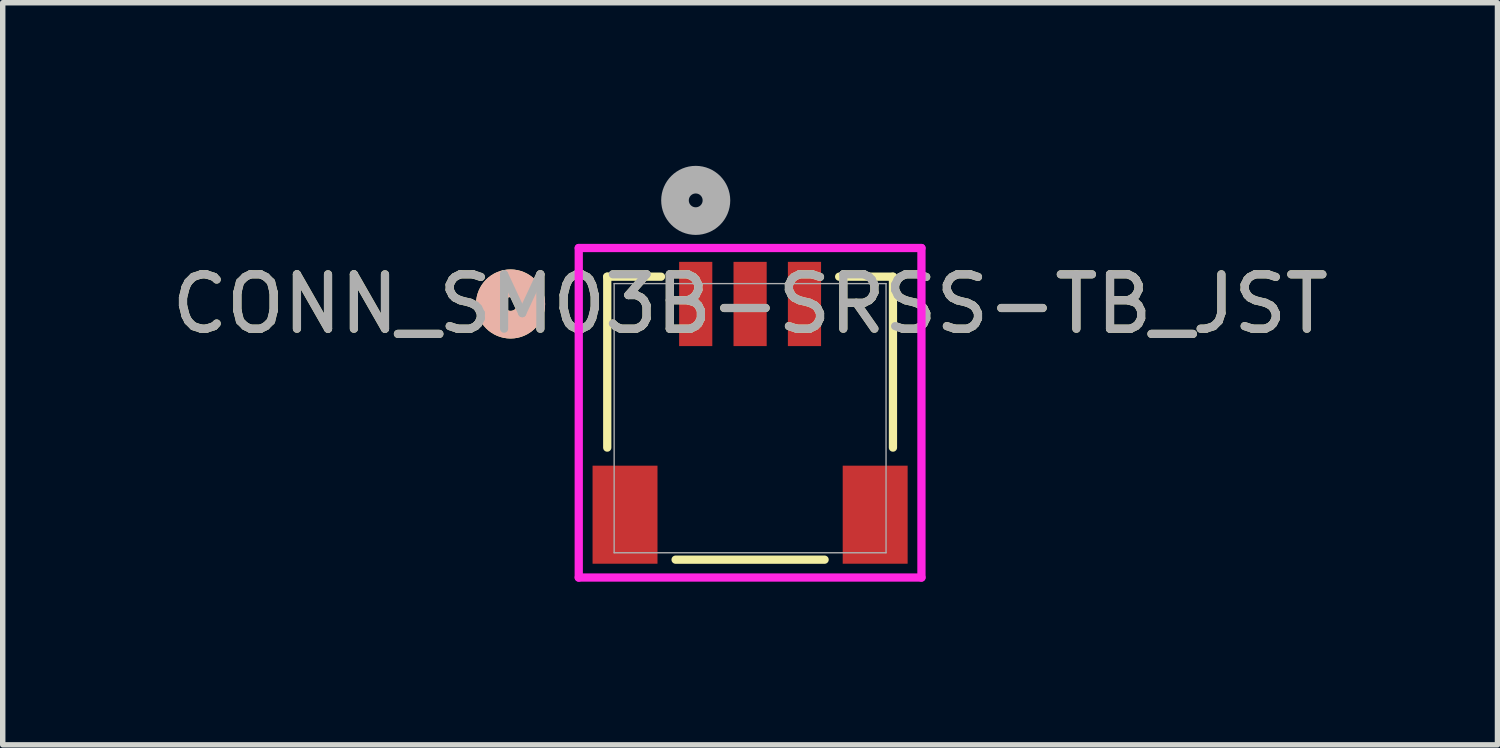
<source format=kicad_pcb>
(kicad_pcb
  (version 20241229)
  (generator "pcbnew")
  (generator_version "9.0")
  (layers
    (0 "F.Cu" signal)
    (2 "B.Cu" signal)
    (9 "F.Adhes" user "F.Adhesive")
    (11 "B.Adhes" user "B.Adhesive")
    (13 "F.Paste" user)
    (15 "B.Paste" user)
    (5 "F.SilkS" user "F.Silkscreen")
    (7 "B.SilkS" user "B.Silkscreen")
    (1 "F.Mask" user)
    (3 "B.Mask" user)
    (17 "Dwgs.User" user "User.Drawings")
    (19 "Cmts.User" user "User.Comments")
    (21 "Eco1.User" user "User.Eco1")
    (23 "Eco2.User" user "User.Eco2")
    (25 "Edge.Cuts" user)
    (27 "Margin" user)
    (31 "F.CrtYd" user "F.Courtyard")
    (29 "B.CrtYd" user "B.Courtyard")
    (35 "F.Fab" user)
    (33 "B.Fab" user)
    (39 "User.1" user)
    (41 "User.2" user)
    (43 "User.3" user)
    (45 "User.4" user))
  (footprint "CONN_SM03B-SRSS-TB_JST"
    (layer "F.Cu")
    (at 10.744 4.64)
    (property "Reference" "CONN_SM03B-SRSS-TB_JST" (at 0 -2.1 0) (unlocked yes) (layer "F.SilkS") (effects (font (size 1 1) (thickness 0.15))))
    (attr smd)
    (fp_line (start -2.627 -2.602) (end -2.627 0.541) (stroke (width 0.152) (type solid)) (layer "F.SilkS"))
    (fp_line (start -1.638 -2.602) (end -2.627 -2.602) (stroke (width 0.152) (type solid)) (layer "F.SilkS"))
    (fp_line (start -1.37 2.602) (end 1.37 2.602) (stroke (width 0.152) (type solid)) (layer "F.SilkS"))
    (fp_line (start 2.627 -2.602) (end 1.638 -2.602) (stroke (width 0.152) (type solid)) (layer "F.SilkS"))
    (fp_line (start 2.627 0.541) (end 2.627 -2.602) (stroke (width 0.152) (type solid)) (layer "F.SilkS"))
    (fp_circle (center -4.405 -2.1) (end -4.024 -2.1) (stroke (width 0.508) (type solid)) (fill no) (layer "F.SilkS"))
    (fp_circle (center -4.405 -2.1) (end -4.024 -2.1) (stroke (width 0.508) (type solid)) (fill no) (layer "B.SilkS"))
    (fp_line (start -3.151 -3.129) (end -3.151 2.931) (stroke (width 0.152) (type solid)) (layer "F.CrtYd"))
    (fp_line (start -3.151 2.931) (end 3.151 2.931) (stroke (width 0.152) (type solid)) (layer "F.CrtYd"))
    (fp_line (start 3.151 -3.129) (end -3.151 -3.129) (stroke (width 0.152) (type solid)) (layer "F.CrtYd"))
    (fp_line (start 3.151 2.931) (end 3.151 -3.129) (stroke (width 0.152) (type solid)) (layer "F.CrtYd"))
    (fp_line (start -2.5 -2.475) (end -2.5 2.475) (stroke (width 0.025) (type solid)) (layer "F.Fab"))
    (fp_line (start -2.5 2.475) (end 2.5 2.475) (stroke (width 0.025) (type solid)) (layer "F.Fab"))
    (fp_line (start 2.5 -2.475) (end -2.5 -2.475) (stroke (width 0.025) (type solid)) (layer "F.Fab"))
    (fp_line (start 2.5 2.475) (end 2.5 -2.475) (stroke (width 0.025) (type solid)) (layer "F.Fab"))
    (fp_circle (center -1 -4.005) (end -0.619 -4.005) (stroke (width 0.508) (type solid)) (fill no) (layer "F.Fab"))
    (fp_text user "${REFERENCE}" (at 0 -2.1 0) (unlocked yes) (layer "F.Fab") (effects (font (size 1 1) (thickness 0.15))))
    (pad "1" smd rect (at -1 -2.1) (size 0.61 1.549) (layers "F.Cu" "F.Mask" "F.Paste"))
    (pad "2" smd rect (at 0 -2.1) (size 0.61 1.549) (layers "F.Cu" "F.Mask" "F.Paste"))
    (pad "3" smd rect (at 1 -2.1) (size 0.61 1.549) (layers "F.Cu" "F.Mask" "F.Paste"))
    (pad "4" smd rect (at -2.3 1.775) (size 1.194 1.803) (layers "F.Cu" "F.Mask" "F.Paste"))
    (pad "5" smd rect (at 2.3 1.775) (size 1.194 1.803) (layers "F.Cu" "F.Mask" "F.Paste")))
  (gr_rect
    (start -3 -3)
    (end 24.488 10.647)
    (stroke (width 0.1) (type default))
    (fill no)
    (layer "Edge.Cuts")))
</source>
